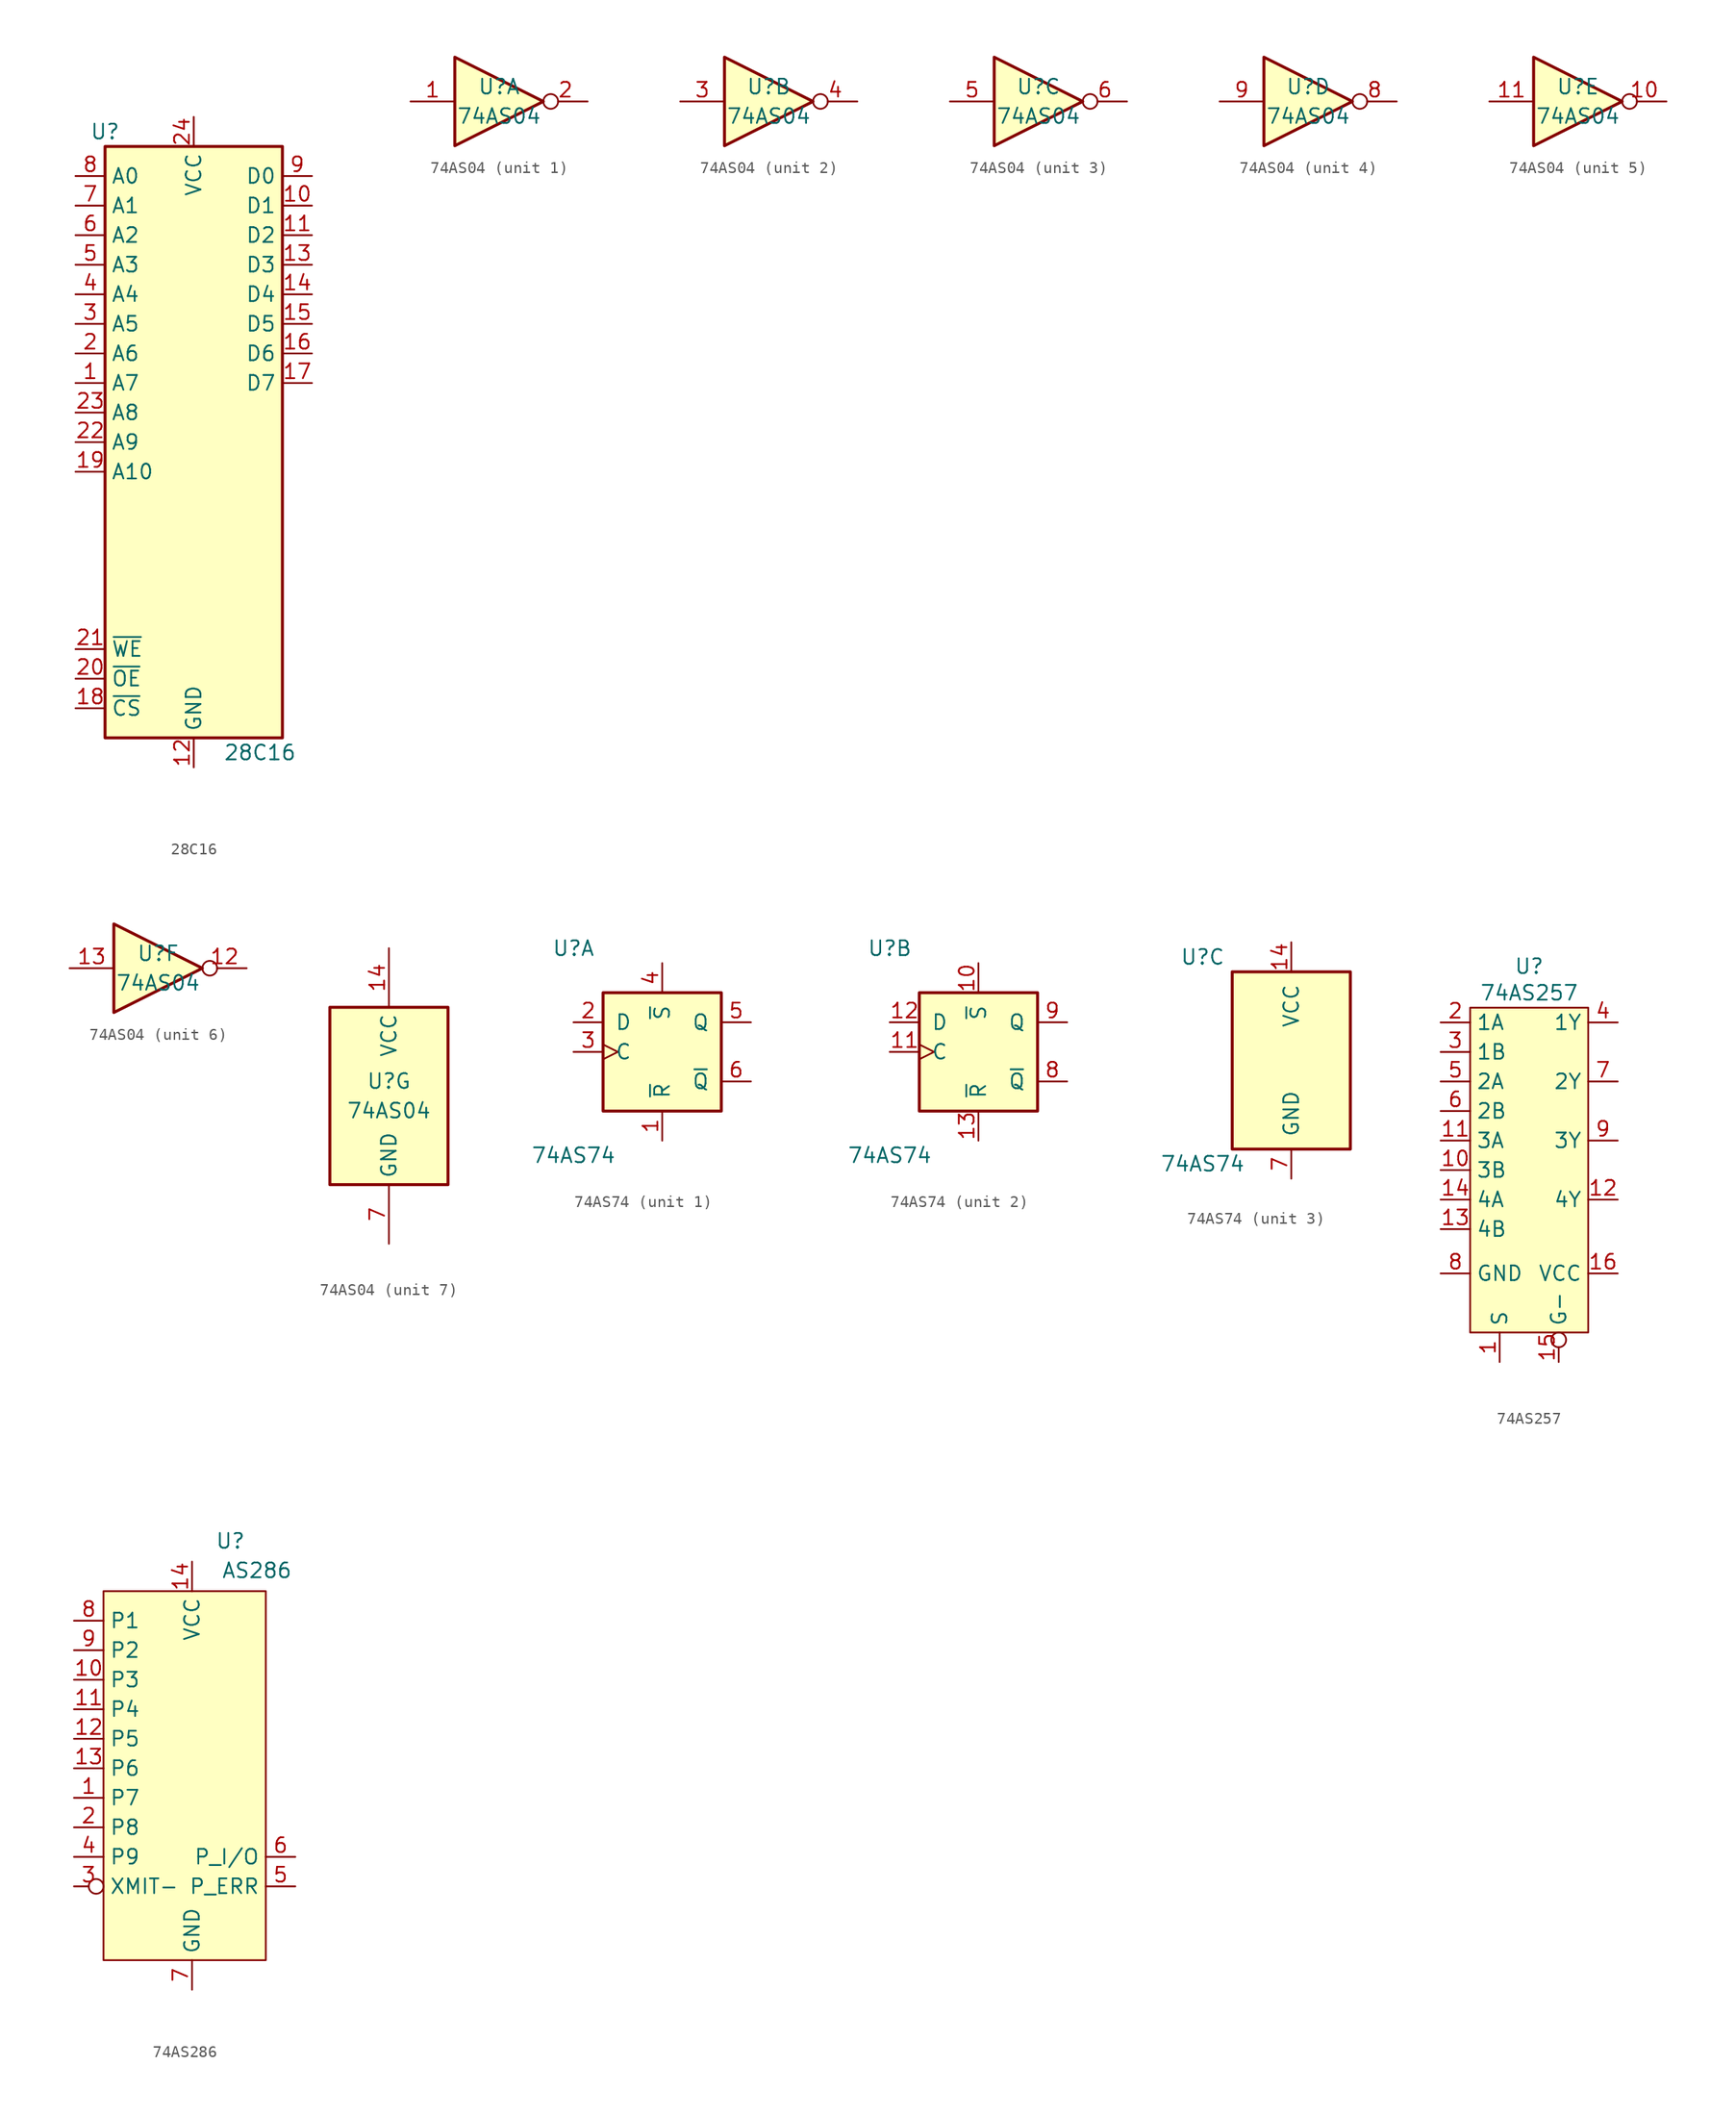
<source format=kicad_sym>
(kicad_symbol_lib
  (version 20231120)
  (generator "kicad_symbol_editor")
  (generator_version "8.0")
  (symbol "28C16"
    (property "Reference" "U"
      (at -7.62 26.67 0)
      (effects (font (size 1.27 1.27))))
    (property "Value" "28C16"
      (at 2.54 -26.67 0)
      (effects (font (size 1.27 1.27)) (justify left)))
    (symbol "28C16_1_1"
      (rectangle (start -7.62 25.4) (end 7.62 -25.4) (stroke (width 0.254) (type solid)) (fill (type background)))
      (pin input line (at -10.16 5.08 0) (length 2.54) (name "A7" (effects (font (size 1.27 1.27)))) (number "1" (effects (font (size 1.27 1.27)))))
      (pin tri_state line (at 10.16 20.32 180) (length 2.54) (name "D1" (effects (font (size 1.27 1.27)))) (number "10" (effects (font (size 1.27 1.27)))))
      (pin tri_state line (at 10.16 17.78 180) (length 2.54) (name "D2" (effects (font (size 1.27 1.27)))) (number "11" (effects (font (size 1.27 1.27)))))
      (pin power_in line (at 0 -27.94 90) (length 2.54) (name "GND" (effects (font (size 1.27 1.27)))) (number "12" (effects (font (size 1.27 1.27)))))
      (pin tri_state line (at 10.16 15.24 180) (length 2.54) (name "D3" (effects (font (size 1.27 1.27)))) (number "13" (effects (font (size 1.27 1.27)))))
      (pin tri_state line (at 10.16 12.7 180) (length 2.54) (name "D4" (effects (font (size 1.27 1.27)))) (number "14" (effects (font (size 1.27 1.27)))))
      (pin tri_state line (at 10.16 10.16 180) (length 2.54) (name "D5" (effects (font (size 1.27 1.27)))) (number "15" (effects (font (size 1.27 1.27)))))
      (pin tri_state line (at 10.16 7.62 180) (length 2.54) (name "D6" (effects (font (size 1.27 1.27)))) (number "16" (effects (font (size 1.27 1.27)))))
      (pin tri_state line (at 10.16 5.08 180) (length 2.54) (name "D7" (effects (font (size 1.27 1.27)))) (number "17" (effects (font (size 1.27 1.27)))))
      (pin input line (at -10.16 -22.86 0) (length 2.54) (name "~{CS}" (effects (font (size 1.27 1.27)))) (number "18" (effects (font (size 1.27 1.27)))))
      (pin input line (at -10.16 -2.54 0) (length 2.54) (name "A10" (effects (font (size 1.27 1.27)))) (number "19" (effects (font (size 1.27 1.27)))))
      (pin input line (at -10.16 7.62 0) (length 2.54) (name "A6" (effects (font (size 1.27 1.27)))) (number "2" (effects (font (size 1.27 1.27)))))
      (pin input line (at -10.16 -20.32 0) (length 2.54) (name "~{OE}" (effects (font (size 1.27 1.27)))) (number "20" (effects (font (size 1.27 1.27)))))
      (pin input line (at -10.16 -17.78 0) (length 2.54) (name "~{WE}" (effects (font (size 1.27 1.27)))) (number "21" (effects (font (size 1.27 1.27)))))
      (pin input line (at -10.16 0 0) (length 2.54) (name "A9" (effects (font (size 1.27 1.27)))) (number "22" (effects (font (size 1.27 1.27)))))
      (pin input line (at -10.16 2.54 0) (length 2.54) (name "A8" (effects (font (size 1.27 1.27)))) (number "23" (effects (font (size 1.27 1.27)))))
      (pin power_in line (at 0 27.94 270) (length 2.54) (name "VCC" (effects (font (size 1.27 1.27)))) (number "24" (effects (font (size 1.27 1.27)))))
      (pin input line (at -10.16 10.16 0) (length 2.54) (name "A5" (effects (font (size 1.27 1.27)))) (number "3" (effects (font (size 1.27 1.27)))))
      (pin input line (at -10.16 12.7 0) (length 2.54) (name "A4" (effects (font (size 1.27 1.27)))) (number "4" (effects (font (size 1.27 1.27)))))
      (pin input line (at -10.16 15.24 0) (length 2.54) (name "A3" (effects (font (size 1.27 1.27)))) (number "5" (effects (font (size 1.27 1.27)))))
      (pin input line (at -10.16 17.78 0) (length 2.54) (name "A2" (effects (font (size 1.27 1.27)))) (number "6" (effects (font (size 1.27 1.27)))))
      (pin input line (at -10.16 20.32 0) (length 2.54) (name "A1" (effects (font (size 1.27 1.27)))) (number "7" (effects (font (size 1.27 1.27)))))
      (pin input line (at -10.16 22.86 0) (length 2.54) (name "A0" (effects (font (size 1.27 1.27)))) (number "8" (effects (font (size 1.27 1.27)))))
      (pin tri_state line (at 10.16 22.86 180) (length 2.54) (name "D0" (effects (font (size 1.27 1.27)))) (number "9" (effects (font (size 1.27 1.27)))))))
  (symbol "74AS04"
    (property "Reference" "U"
      (at 0 1.27 0)
      (effects (font (size 1.27 1.27))))
    (property "Value" "74AS04"
      (at 0 -1.27 0)
      (effects (font (size 1.27 1.27))))
    (property "ki_locked" ""
      (at 0 0 0)
      (effects (font (size 1.27 1.27))))
    (symbol "74AS04_1_0"
      (polyline (pts (xy -3.81 3.81) (xy -3.81 -3.81) (xy 3.81 0) (xy -3.81 3.81)) (stroke (width 0.254) (type solid)) (fill (type background)))
      (pin input line (at -7.62 0 0) (length 3.81) (name "~" (effects (font (size 1.27 1.27)))) (number "1" (effects (font (size 1.27 1.27)))))
      (pin output inverted (at 7.62 0 180) (length 3.81) (name "~" (effects (font (size 1.27 1.27)))) (number "2" (effects (font (size 1.27 1.27))))))
    (symbol "74AS04_2_0"
      (polyline (pts (xy -3.81 3.81) (xy -3.81 -3.81) (xy 3.81 0) (xy -3.81 3.81)) (stroke (width 0.254) (type solid)) (fill (type background)))
      (pin input line (at -7.62 0 0) (length 3.81) (name "~" (effects (font (size 1.27 1.27)))) (number "3" (effects (font (size 1.27 1.27)))))
      (pin output inverted (at 7.62 0 180) (length 3.81) (name "~" (effects (font (size 1.27 1.27)))) (number "4" (effects (font (size 1.27 1.27))))))
    (symbol "74AS04_3_0"
      (polyline (pts (xy -3.81 3.81) (xy -3.81 -3.81) (xy 3.81 0) (xy -3.81 3.81)) (stroke (width 0.254) (type solid)) (fill (type background)))
      (pin input line (at -7.62 0 0) (length 3.81) (name "~" (effects (font (size 1.27 1.27)))) (number "5" (effects (font (size 1.27 1.27)))))
      (pin output inverted (at 7.62 0 180) (length 3.81) (name "~" (effects (font (size 1.27 1.27)))) (number "6" (effects (font (size 1.27 1.27))))))
    (symbol "74AS04_4_0"
      (polyline (pts (xy -3.81 3.81) (xy -3.81 -3.81) (xy 3.81 0) (xy -3.81 3.81)) (stroke (width 0.254) (type solid)) (fill (type background)))
      (pin output inverted (at 7.62 0 180) (length 3.81) (name "~" (effects (font (size 1.27 1.27)))) (number "8" (effects (font (size 1.27 1.27)))))
      (pin input line (at -7.62 0 0) (length 3.81) (name "~" (effects (font (size 1.27 1.27)))) (number "9" (effects (font (size 1.27 1.27))))))
    (symbol "74AS04_5_0"
      (polyline (pts (xy -3.81 3.81) (xy -3.81 -3.81) (xy 3.81 0) (xy -3.81 3.81)) (stroke (width 0.254) (type solid)) (fill (type background)))
      (pin output inverted (at 7.62 0 180) (length 3.81) (name "~" (effects (font (size 1.27 1.27)))) (number "10" (effects (font (size 1.27 1.27)))))
      (pin input line (at -7.62 0 0) (length 3.81) (name "~" (effects (font (size 1.27 1.27)))) (number "11" (effects (font (size 1.27 1.27))))))
    (symbol "74AS04_6_0"
      (polyline (pts (xy -3.81 3.81) (xy -3.81 -3.81) (xy 3.81 0) (xy -3.81 3.81)) (stroke (width 0.254) (type solid)) (fill (type background)))
      (pin output inverted (at 7.62 0 180) (length 3.81) (name "~" (effects (font (size 1.27 1.27)))) (number "12" (effects (font (size 1.27 1.27)))))
      (pin input line (at -7.62 0 0) (length 3.81) (name "~" (effects (font (size 1.27 1.27)))) (number "13" (effects (font (size 1.27 1.27))))))
    (symbol "74AS04_7_0"
      (pin power_in line (at 0 12.7 270) (length 5.08) (name "VCC" (effects (font (size 1.27 1.27)))) (number "14" (effects (font (size 1.27 1.27)))))
      (pin power_in line (at 0 -12.7 90) (length 5.08) (name "GND" (effects (font (size 1.27 1.27)))) (number "7" (effects (font (size 1.27 1.27))))))
    (symbol "74AS04_7_1"
      (rectangle (start -5.08 7.62) (end 5.08 -7.62) (stroke (width 0.254) (type solid)) (fill (type background)))))
  (symbol "74AS74"
    (pin_names
      (offset 1.016))
    (property "Reference" "U"
      (at -7.62 8.89 0)
      (effects (font (size 1.27 1.27))))
    (property "Value" "74AS74"
      (at -7.62 -8.89 0)
      (effects (font (size 1.27 1.27))))
    (property "ki_locked" ""
      (at 0 0 0)
      (effects (font (size 1.27 1.27))))
    (symbol "74AS74_1_0"
      (pin input line (at 0 -7.62 90) (length 2.54) (name "~{R}" (effects (font (size 1.27 1.27)))) (number "1" (effects (font (size 1.27 1.27)))))
      (pin input line (at -7.62 2.54 0) (length 2.54) (name "D" (effects (font (size 1.27 1.27)))) (number "2" (effects (font (size 1.27 1.27)))))
      (pin input clock (at -7.62 0 0) (length 2.54) (name "C" (effects (font (size 1.27 1.27)))) (number "3" (effects (font (size 1.27 1.27)))))
      (pin input line (at 0 7.62 270) (length 2.54) (name "~{S}" (effects (font (size 1.27 1.27)))) (number "4" (effects (font (size 1.27 1.27)))))
      (pin output line (at 7.62 2.54 180) (length 2.54) (name "Q" (effects (font (size 1.27 1.27)))) (number "5" (effects (font (size 1.27 1.27)))))
      (pin output line (at 7.62 -2.54 180) (length 2.54) (name "~{Q}" (effects (font (size 1.27 1.27)))) (number "6" (effects (font (size 1.27 1.27))))))
    (symbol "74AS74_1_1"
      (rectangle (start -5.08 5.08) (end 5.08 -5.08) (stroke (width 0.254) (type solid)) (fill (type background))))
    (symbol "74AS74_2_0"
      (pin input line (at 0 7.62 270) (length 2.54) (name "~{S}" (effects (font (size 1.27 1.27)))) (number "10" (effects (font (size 1.27 1.27)))))
      (pin input clock (at -7.62 0 0) (length 2.54) (name "C" (effects (font (size 1.27 1.27)))) (number "11" (effects (font (size 1.27 1.27)))))
      (pin input line (at -7.62 2.54 0) (length 2.54) (name "D" (effects (font (size 1.27 1.27)))) (number "12" (effects (font (size 1.27 1.27)))))
      (pin input line (at 0 -7.62 90) (length 2.54) (name "~{R}" (effects (font (size 1.27 1.27)))) (number "13" (effects (font (size 1.27 1.27)))))
      (pin output line (at 7.62 -2.54 180) (length 2.54) (name "~{Q}" (effects (font (size 1.27 1.27)))) (number "8" (effects (font (size 1.27 1.27)))))
      (pin output line (at 7.62 2.54 180) (length 2.54) (name "Q" (effects (font (size 1.27 1.27)))) (number "9" (effects (font (size 1.27 1.27))))))
    (symbol "74AS74_2_1"
      (rectangle (start -5.08 5.08) (end 5.08 -5.08) (stroke (width 0.254) (type solid)) (fill (type background))))
    (symbol "74AS74_3_0"
      (pin power_in line (at 0 10.16 270) (length 2.54) (name "VCC" (effects (font (size 1.27 1.27)))) (number "14" (effects (font (size 1.27 1.27)))))
      (pin power_in line (at 0 -10.16 90) (length 2.54) (name "GND" (effects (font (size 1.27 1.27)))) (number "7" (effects (font (size 1.27 1.27))))))
    (symbol "74AS74_3_1"
      (rectangle (start -5.08 7.62) (end 5.08 -7.62) (stroke (width 0.254) (type solid)) (fill (type background)))))
  (symbol "74AS257"
    (property "Reference" "U"
      (at 0 2.286 0)
      (effects (font (size 1.27 1.27))))
    (property "Value" "74AS257"
      (at 0 0 0)
      (effects (font (size 1.27 1.27))))
    (symbol "74AS257_1_1"
      (rectangle (start -5.08 -1.27) (end 5.08 -29.21) (stroke (width 0) (type default)) (fill (type background)))
      (pin input line (at -2.54 -31.75 90) (length 2.54) (name "S" (effects (font (size 1.27 1.27)))) (number "1" (effects (font (size 1.27 1.27)))))
      (pin input line (at -7.62 -15.24 0) (length 2.54) (name "3B" (effects (font (size 1.27 1.27)))) (number "10" (effects (font (size 1.27 1.27)))))
      (pin input line (at -7.62 -12.7 0) (length 2.54) (name "3A" (effects (font (size 1.27 1.27)))) (number "11" (effects (font (size 1.27 1.27)))))
      (pin output line (at 7.62 -17.78 180) (length 2.54) (name "4Y" (effects (font (size 1.27 1.27)))) (number "12" (effects (font (size 1.27 1.27)))))
      (pin input line (at -7.62 -20.32 0) (length 2.54) (name "4B" (effects (font (size 1.27 1.27)))) (number "13" (effects (font (size 1.27 1.27)))))
      (pin input line (at -7.62 -17.78 0) (length 2.54) (name "4A" (effects (font (size 1.27 1.27)))) (number "14" (effects (font (size 1.27 1.27)))))
      (pin input inverted (at 2.54 -31.75 90) (length 2.54) (name "G-" (effects (font (size 1.27 1.27)))) (number "15" (effects (font (size 1.27 1.27)))))
      (pin power_in line (at 7.62 -24.13 180) (length 2.54) (name "VCC" (effects (font (size 1.27 1.27)))) (number "16" (effects (font (size 1.27 1.27)))))
      (pin input line (at -7.62 -2.54 0) (length 2.54) (name "1A" (effects (font (size 1.27 1.27)))) (number "2" (effects (font (size 1.27 1.27)))))
      (pin input line (at -7.62 -5.08 0) (length 2.54) (name "1B" (effects (font (size 1.27 1.27)))) (number "3" (effects (font (size 1.27 1.27)))))
      (pin output line (at 7.62 -2.54 180) (length 2.54) (name "1Y" (effects (font (size 1.27 1.27)))) (number "4" (effects (font (size 1.27 1.27)))))
      (pin input line (at -7.62 -7.62 0) (length 2.54) (name "2A" (effects (font (size 1.27 1.27)))) (number "5" (effects (font (size 1.27 1.27)))))
      (pin input line (at -7.62 -10.16 0) (length 2.54) (name "2B" (effects (font (size 1.27 1.27)))) (number "6" (effects (font (size 1.27 1.27)))))
      (pin output line (at 7.62 -7.62 180) (length 2.54) (name "2Y" (effects (font (size 1.27 1.27)))) (number "7" (effects (font (size 1.27 1.27)))))
      (pin power_in line (at -7.62 -24.13 0) (length 2.54) (name "GND" (effects (font (size 1.27 1.27)))) (number "8" (effects (font (size 1.27 1.27)))))
      (pin output line (at 7.62 -12.7 180) (length 2.54) (name "3Y" (effects (font (size 1.27 1.27)))) (number "9" (effects (font (size 1.27 1.27)))))))
  (symbol "74AS286"
    (property "Reference" "U"
      (at 5.842 3.048 0)
      (effects (font (size 1.27 1.27))))
    (property "Value" "AS286"
      (at 8.128 0.508 0)
      (effects (font (size 1.27 1.27))))
    (symbol "74AS286_1_1"
      (rectangle (start -5.08 -1.27) (end 8.89 -33.02) (stroke (width 0) (type default)) (fill (type background)))
      (pin input line (at -7.62 -19.05 0) (length 2.54) (name "P7" (effects (font (size 1.27 1.27)))) (number "1" (effects (font (size 1.27 1.27)))))
      (pin input line (at -7.62 -8.89 0) (length 2.54) (name "P3" (effects (font (size 1.27 1.27)))) (number "10" (effects (font (size 1.27 1.27)))))
      (pin input line (at -7.62 -11.43 0) (length 2.54) (name "P4" (effects (font (size 1.27 1.27)))) (number "11" (effects (font (size 1.27 1.27)))))
      (pin input line (at -7.62 -13.97 0) (length 2.54) (name "P5" (effects (font (size 1.27 1.27)))) (number "12" (effects (font (size 1.27 1.27)))))
      (pin input line (at -7.62 -16.51 0) (length 2.54) (name "P6" (effects (font (size 1.27 1.27)))) (number "13" (effects (font (size 1.27 1.27)))))
      (pin power_in line (at 2.54 1.27 270) (length 2.54) (name "VCC" (effects (font (size 1.27 1.27)))) (number "14" (effects (font (size 1.27 1.27)))))
      (pin input line (at -7.62 -21.59 0) (length 2.54) (name "P8" (effects (font (size 1.27 1.27)))) (number "2" (effects (font (size 1.27 1.27)))))
      (pin input inverted (at -7.62 -26.67 0) (length 2.54) (name "XMIT-" (effects (font (size 1.27 1.27)))) (number "3" (effects (font (size 1.27 1.27)))))
      (pin input line (at -7.62 -24.13 0) (length 2.54) (name "P9" (effects (font (size 1.27 1.27)))) (number "4" (effects (font (size 1.27 1.27)))))
      (pin output line (at 11.43 -26.67 180) (length 2.54) (name "P_ERR" (effects (font (size 1.27 1.27)))) (number "5" (effects (font (size 1.27 1.27)))))
      (pin input line (at 11.43 -24.13 180) (length 2.54) (name "P_I/O" (effects (font (size 1.27 1.27)))) (number "6" (effects (font (size 1.27 1.27)))))
      (pin power_in line (at 2.54 -35.56 90) (length 2.54) (name "GND" (effects (font (size 1.27 1.27)))) (number "7" (effects (font (size 1.27 1.27)))))
      (pin input line (at -7.62 -3.81 0) (length 2.54) (name "P1" (effects (font (size 1.27 1.27)))) (number "8" (effects (font (size 1.27 1.27)))))
      (pin input line (at -7.62 -6.35 0) (length 2.54) (name "P2" (effects (font (size 1.27 1.27)))) (number "9" (effects (font (size 1.27 1.27))))))))
</source>
